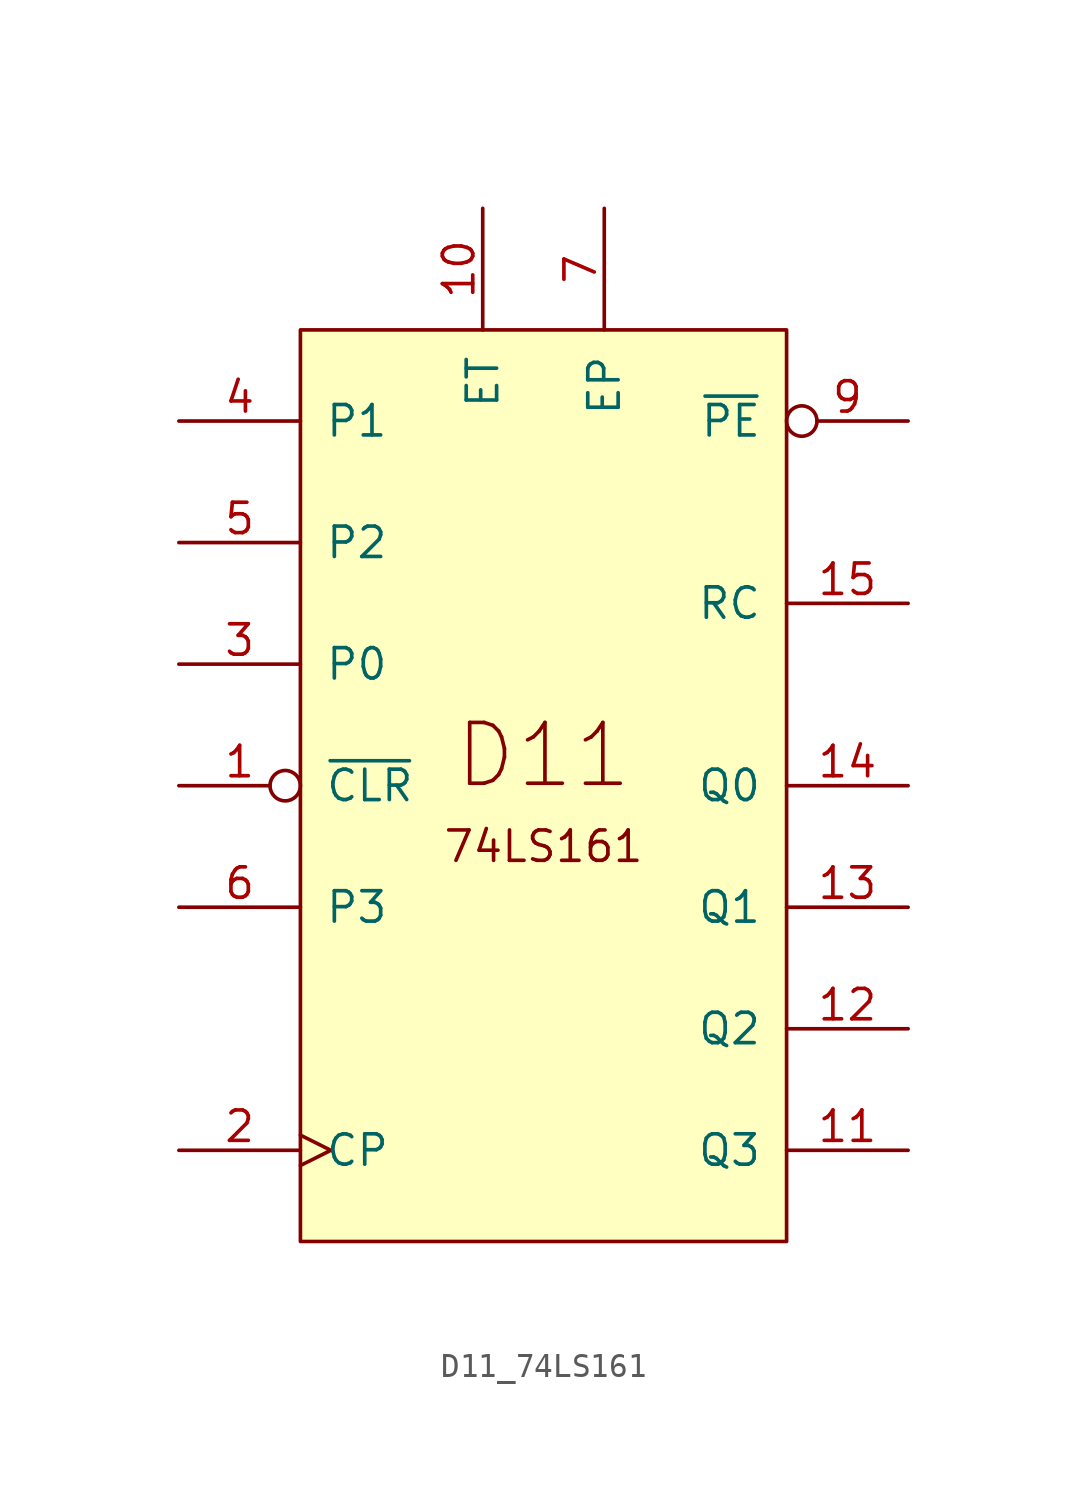
<source format=kicad_sym>
(kicad_symbol_lib
  (version 20211014)
  (generator kicad_symbol_editor)
  (symbol "D11_74LS161"
    (pin_names
      (offset 1.016))
    (property "Reference" "U"
      (at -86.36 50.8 0)
      (effects (font (size 1.27 1.27)) hide))
    (symbol "D11_74LS161_0_0"
      (text "74LS161" (at 10.16 -21.59 0) (effects (font (size 1.27 1.27))))
      (text "D11" (at 10.16 -17.78 0) (effects (font (size 2.54 2.54)))))
    (symbol "D11_74LS161_0_1"
      (rectangle (start 0 0) (end 20.32 -38.1) (stroke (width 0) (type default) (color 0 0 0 0)) (fill (type background))))
    (symbol "D11_74LS161_1_0"
      (pin input inverted (at -5.08 -19.05 0) (length 5.08) (name "~{CLR}" (effects (font (size 1.27 1.27)))) (number "1" (effects (font (size 1.27 1.27)))))
      (pin input line (at 7.62 5.08 270) (length 5.08) (name "ET" (effects (font (size 1.27 1.27)))) (number "10" (effects (font (size 1.27 1.27)))))
      (pin output line (at 25.4 -34.29 180) (length 5.08) (name "Q3" (effects (font (size 1.27 1.27)))) (number "11" (effects (font (size 1.27 1.27)))))
      (pin output line (at 25.4 -29.21 180) (length 5.08) (name "Q2" (effects (font (size 1.27 1.27)))) (number "12" (effects (font (size 1.27 1.27)))))
      (pin output line (at 25.4 -24.13 180) (length 5.08) (name "Q1" (effects (font (size 1.27 1.27)))) (number "13" (effects (font (size 1.27 1.27)))))
      (pin output line (at 25.4 -19.05 180) (length 5.08) (name "Q0" (effects (font (size 1.27 1.27)))) (number "14" (effects (font (size 1.27 1.27)))))
      (pin output line (at 25.4 -11.43 180) (length 5.08) (name "RC" (effects (font (size 1.27 1.27)))) (number "15" (effects (font (size 1.27 1.27)))))
      (pin input clock (at -5.08 -34.29 0) (length 5.08) (name "CP" (effects (font (size 1.27 1.27)))) (number "2" (effects (font (size 1.27 1.27)))))
      (pin input line (at -5.08 -13.97 0) (length 5.08) (name "P0" (effects (font (size 1.27 1.27)))) (number "3" (effects (font (size 1.27 1.27)))))
      (pin input line (at -5.08 -3.81 0) (length 5.08) (name "P1" (effects (font (size 1.27 1.27)))) (number "4" (effects (font (size 1.27 1.27)))))
      (pin input line (at -5.08 -8.89 0) (length 5.08) (name "P2" (effects (font (size 1.27 1.27)))) (number "5" (effects (font (size 1.27 1.27)))))
      (pin input line (at -5.08 -24.13 0) (length 5.08) (name "P3" (effects (font (size 1.27 1.27)))) (number "6" (effects (font (size 1.27 1.27)))))
      (pin input line (at 12.7 5.08 270) (length 5.08) (name "EP" (effects (font (size 1.27 1.27)))) (number "7" (effects (font (size 1.27 1.27)))))
      (pin input inverted (at 25.4 -3.81 180) (length 5.08) (name "~{PE}" (effects (font (size 1.27 1.27)))) (number "9" (effects (font (size 1.27 1.27))))))))
</source>
